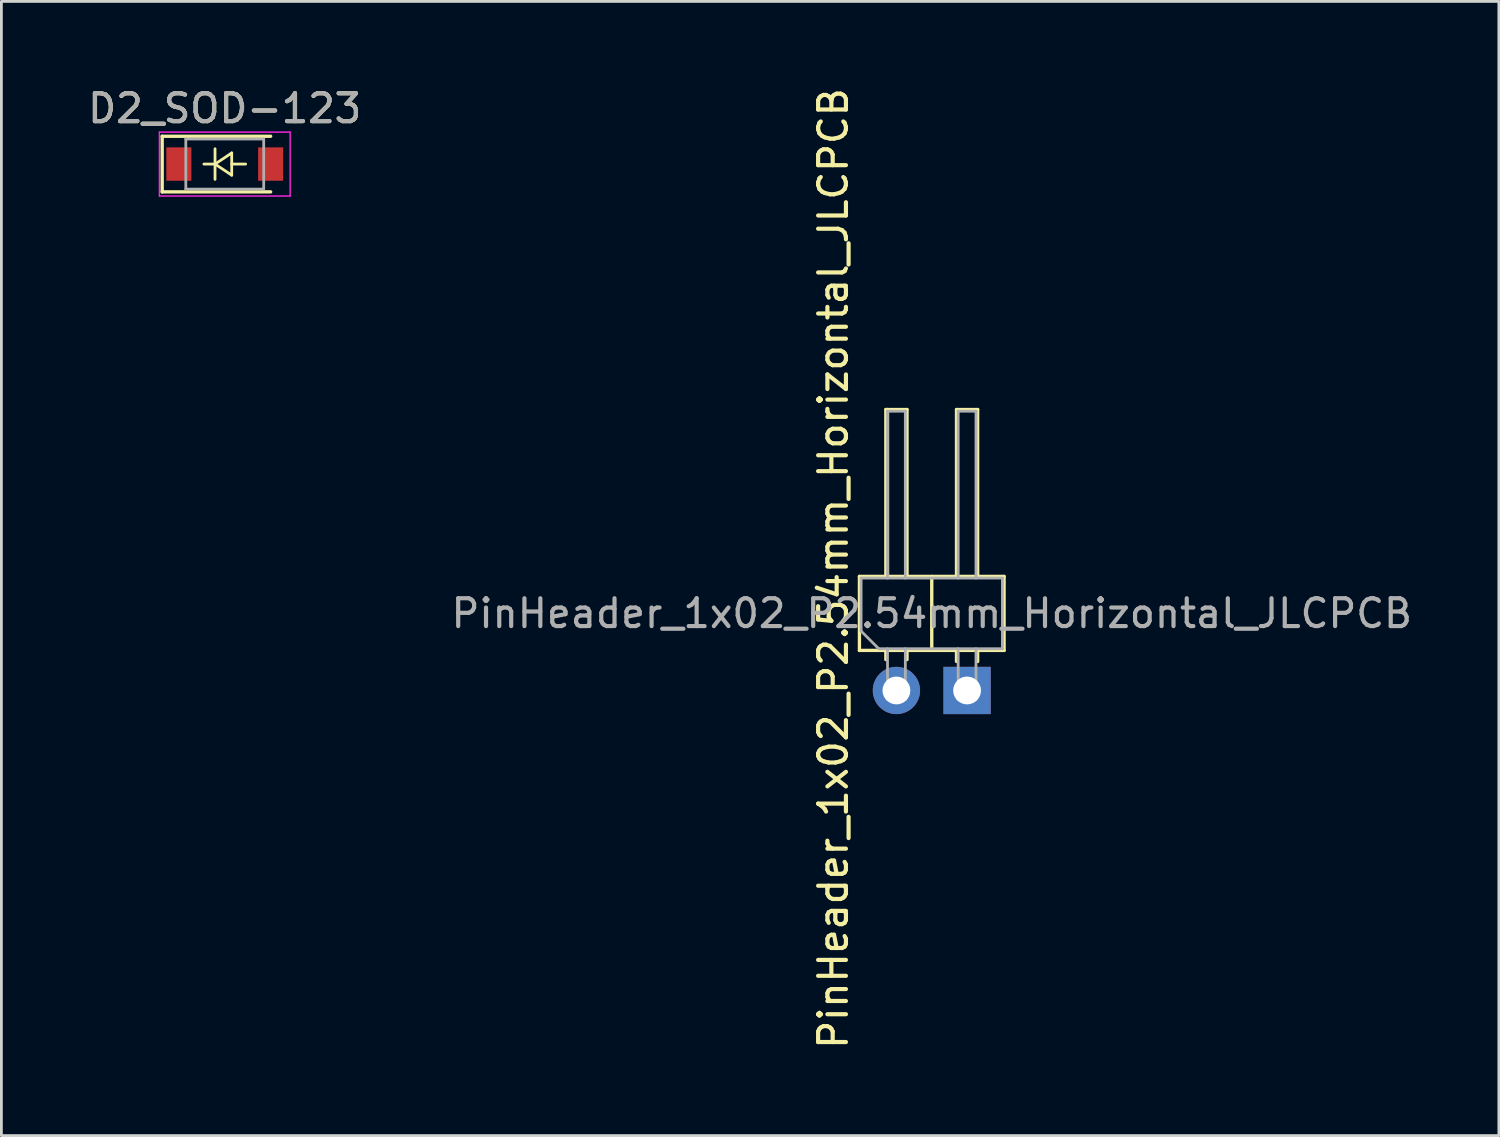
<source format=kicad_pcb>
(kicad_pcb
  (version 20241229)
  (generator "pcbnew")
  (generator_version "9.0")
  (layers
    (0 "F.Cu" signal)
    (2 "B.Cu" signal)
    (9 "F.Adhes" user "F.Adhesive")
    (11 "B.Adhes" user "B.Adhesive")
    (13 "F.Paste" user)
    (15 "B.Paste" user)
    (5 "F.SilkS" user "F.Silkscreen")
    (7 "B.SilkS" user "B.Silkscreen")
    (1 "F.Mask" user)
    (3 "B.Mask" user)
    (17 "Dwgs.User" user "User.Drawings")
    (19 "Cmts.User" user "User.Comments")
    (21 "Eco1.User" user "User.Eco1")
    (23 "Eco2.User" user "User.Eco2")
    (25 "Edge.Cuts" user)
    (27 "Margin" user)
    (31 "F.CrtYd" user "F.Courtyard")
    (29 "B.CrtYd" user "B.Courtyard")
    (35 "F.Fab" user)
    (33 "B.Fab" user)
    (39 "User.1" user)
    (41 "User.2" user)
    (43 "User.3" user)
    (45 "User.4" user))
  (footprint "D2_SOD-123"
    (layer "F.Cu")
    (at 5.03 2.848)
    (property "Reference" "D2_SOD-123" (at 0 -2 0) (layer "F.SilkS") (effects (font (size 1 1) (thickness 0.15))))
    (attr smd)
    (fp_line (start -2.25 -1) (end -2.25 1) (stroke (width 0.12) (type solid)) (layer "F.SilkS"))
    (fp_line (start -2.25 -1) (end 1.65 -1) (stroke (width 0.12) (type solid)) (layer "F.SilkS"))
    (fp_line (start -2.25 1) (end 1.65 1) (stroke (width 0.12) (type solid)) (layer "F.SilkS"))
    (fp_line (start -0.75 0) (end -0.35 0) (stroke (width 0.1) (type solid)) (layer "F.SilkS"))
    (fp_line (start -0.35 0) (end -0.35 -0.55) (stroke (width 0.1) (type solid)) (layer "F.SilkS"))
    (fp_line (start -0.35 0) (end -0.35 0.55) (stroke (width 0.1) (type solid)) (layer "F.SilkS"))
    (fp_line (start -0.35 0) (end 0.25 -0.4) (stroke (width 0.1) (type solid)) (layer "F.SilkS"))
    (fp_line (start 0.25 -0.4) (end 0.25 0.4) (stroke (width 0.1) (type solid)) (layer "F.SilkS"))
    (fp_line (start 0.25 0) (end 0.75 0) (stroke (width 0.1) (type solid)) (layer "F.SilkS"))
    (fp_line (start 0.25 0.4) (end -0.35 0) (stroke (width 0.1) (type solid)) (layer "F.SilkS"))
    (fp_line (start -2.35 -1.15) (end -2.35 1.15) (stroke (width 0.05) (type solid)) (layer "F.CrtYd"))
    (fp_line (start -2.35 -1.15) (end 2.35 -1.15) (stroke (width 0.05) (type solid)) (layer "F.CrtYd"))
    (fp_line (start 2.35 -1.15) (end 2.35 1.15) (stroke (width 0.05) (type solid)) (layer "F.CrtYd"))
    (fp_line (start 2.35 1.15) (end -2.35 1.15) (stroke (width 0.05) (type solid)) (layer "F.CrtYd"))
    (fp_line (start -1.4 -0.9) (end 1.4 -0.9) (stroke (width 0.1) (type solid)) (layer "F.Fab"))
    (fp_line (start -1.4 0.9) (end -1.4 -0.9) (stroke (width 0.1) (type solid)) (layer "F.Fab"))
    (fp_line (start 1.4 -0.9) (end 1.4 0.9) (stroke (width 0.1) (type solid)) (layer "F.Fab"))
    (fp_line (start 1.4 0.9) (end -1.4 0.9) (stroke (width 0.1) (type solid)) (layer "F.Fab"))
    (fp_text user "${REFERENCE}" (at 0 -2 0) (layer "F.Fab") (effects (font (size 1 1) (thickness 0.15))))
    (pad "1" smd rect (at -1.65 0) (size 0.9 1.2) (layers "F.Cu" "F.Mask" "F.Paste"))
    (pad "2" smd rect (at 1.65 0) (size 0.9 1.2) (layers "F.Cu" "F.Mask" "F.Paste")))
  (footprint "PinHeader_1x02_P2.54mm_Horizontal_JLCPCB"
    (layer "F.Cu")
    (at 30.446 21.772)
    (property "Reference" "PinHeader_1x02_P2.54mm_Horizontal_JLCPCB" (at -3.54 -4.385 90) (layer "F.SilkS") (effects (font (size 1 1) (thickness 0.15))))
    (attr smd)
    (fp_line (start -2.6 -4.1) (end -2.6 -1.44) (stroke (width 0.12) (type solid)) (layer "F.SilkS"))
    (fp_line (start -2.6 -1.44) (end 2.6 -1.44) (stroke (width 0.12) (type solid)) (layer "F.SilkS"))
    (fp_line (start -1.65 -10.1) (end -0.89 -10.1) (stroke (width 0.12) (type solid)) (layer "F.SilkS"))
    (fp_line (start -1.65 -4.1) (end -1.65 -10.1) (stroke (width 0.12) (type solid)) (layer "F.SilkS"))
    (fp_line (start -1.65 -1.11) (end -1.65 -1.44) (stroke (width 0.12) (type solid)) (layer "F.SilkS"))
    (fp_line (start -1.59 -4.1) (end -1.59 -10.1) (stroke (width 0.12) (type solid)) (layer "F.SilkS"))
    (fp_line (start -0.89 -10.1) (end -0.89 -4.1) (stroke (width 0.12) (type solid)) (layer "F.SilkS"))
    (fp_line (start -0.89 -1.11) (end -0.89 -1.44) (stroke (width 0.12) (type solid)) (layer "F.SilkS"))
    (fp_line (start 0 -1.44) (end 0 -4.1) (stroke (width 0.12) (type solid)) (layer "F.SilkS"))
    (fp_line (start 0.89 -10.1) (end 1.65 -10.1) (stroke (width 0.12) (type solid)) (layer "F.SilkS"))
    (fp_line (start 0.89 -4.1) (end 0.89 -10.1) (stroke (width 0.12) (type solid)) (layer "F.SilkS"))
    (fp_line (start 0.89 -1.043) (end 0.89 -1.44) (stroke (width 0.12) (type solid)) (layer "F.SilkS"))
    (fp_line (start 1.65 -10.1) (end 1.65 -4.1) (stroke (width 0.12) (type solid)) (layer "F.SilkS"))
    (fp_line (start 1.65 -1.043) (end 1.65 -1.44) (stroke (width 0.12) (type solid)) (layer "F.SilkS"))
    (fp_line (start 2.6 -4.1) (end -2.6 -4.1) (stroke (width 0.12) (type solid)) (layer "F.SilkS"))
    (fp_line (start 2.6 -1.44) (end 2.6 -4.1) (stroke (width 0.12) (type solid)) (layer "F.SilkS"))
    (fp_line (start -2.54 -4.04) (end 2.54 -4.04) (stroke (width 0.1) (type solid)) (layer "F.Fab"))
    (fp_line (start -2.54 -2.135) (end -2.54 -4.04) (stroke (width 0.1) (type solid)) (layer "F.Fab"))
    (fp_line (start -1.905 -1.5) (end -2.54 -2.135) (stroke (width 0.1) (type solid)) (layer "F.Fab"))
    (fp_line (start -1.59 -10.04) (end -0.95 -10.04) (stroke (width 0.1) (type solid)) (layer "F.Fab"))
    (fp_line (start -1.59 -4.04) (end -1.59 -10.04) (stroke (width 0.1) (type solid)) (layer "F.Fab"))
    (fp_line (start -1.59 0.32) (end -1.59 -1.5) (stroke (width 0.1) (type solid)) (layer "F.Fab"))
    (fp_line (start -1.59 0.32) (end -0.95 0.32) (stroke (width 0.1) (type solid)) (layer "F.Fab"))
    (fp_line (start -0.95 -4.04) (end -0.95 -10.04) (stroke (width 0.1) (type solid)) (layer "F.Fab"))
    (fp_line (start -0.95 0.32) (end -0.95 -1.5) (stroke (width 0.1) (type solid)) (layer "F.Fab"))
    (fp_line (start 0.95 -10.04) (end 1.59 -10.04) (stroke (width 0.1) (type solid)) (layer "F.Fab"))
    (fp_line (start 0.95 -4.04) (end 0.95 -10.04) (stroke (width 0.1) (type solid)) (layer "F.Fab"))
    (fp_line (start 0.95 0.32) (end 0.95 -1.5) (stroke (width 0.1) (type solid)) (layer "F.Fab"))
    (fp_line (start 0.95 0.32) (end 1.59 0.32) (stroke (width 0.1) (type solid)) (layer "F.Fab"))
    (fp_line (start 1.59 -4.04) (end 1.59 -10.04) (stroke (width 0.1) (type solid)) (layer "F.Fab"))
    (fp_line (start 1.59 0.32) (end 1.59 -1.5) (stroke (width 0.1) (type solid)) (layer "F.Fab"))
    (fp_line (start 2.54 -4.04) (end 2.54 -1.5) (stroke (width 0.1) (type solid)) (layer "F.Fab"))
    (fp_line (start 2.54 -1.5) (end -1.905 -1.5) (stroke (width 0.1) (type solid)) (layer "F.Fab"))
    (fp_text user "${REFERENCE}" (at 0 -2.77 180) (layer "F.Fab") (effects (font (size 1 1) (thickness 0.15))))
    (pad "1" thru_hole rect (at 1.27 0) (size 1.7 1.7) (drill 1) (layers "*.Cu" "*.Mask"))
    (pad "2" thru_hole circle (at -1.27 0) (size 1.7 1.7) (drill 1) (layers "*.Cu" "*.Mask")))
  (gr_rect
    (start -3 -3)
    (end 50.833 37.774)
    (stroke (width 0.1) (type default))
    (fill no)
    (layer "Edge.Cuts")))
</source>
